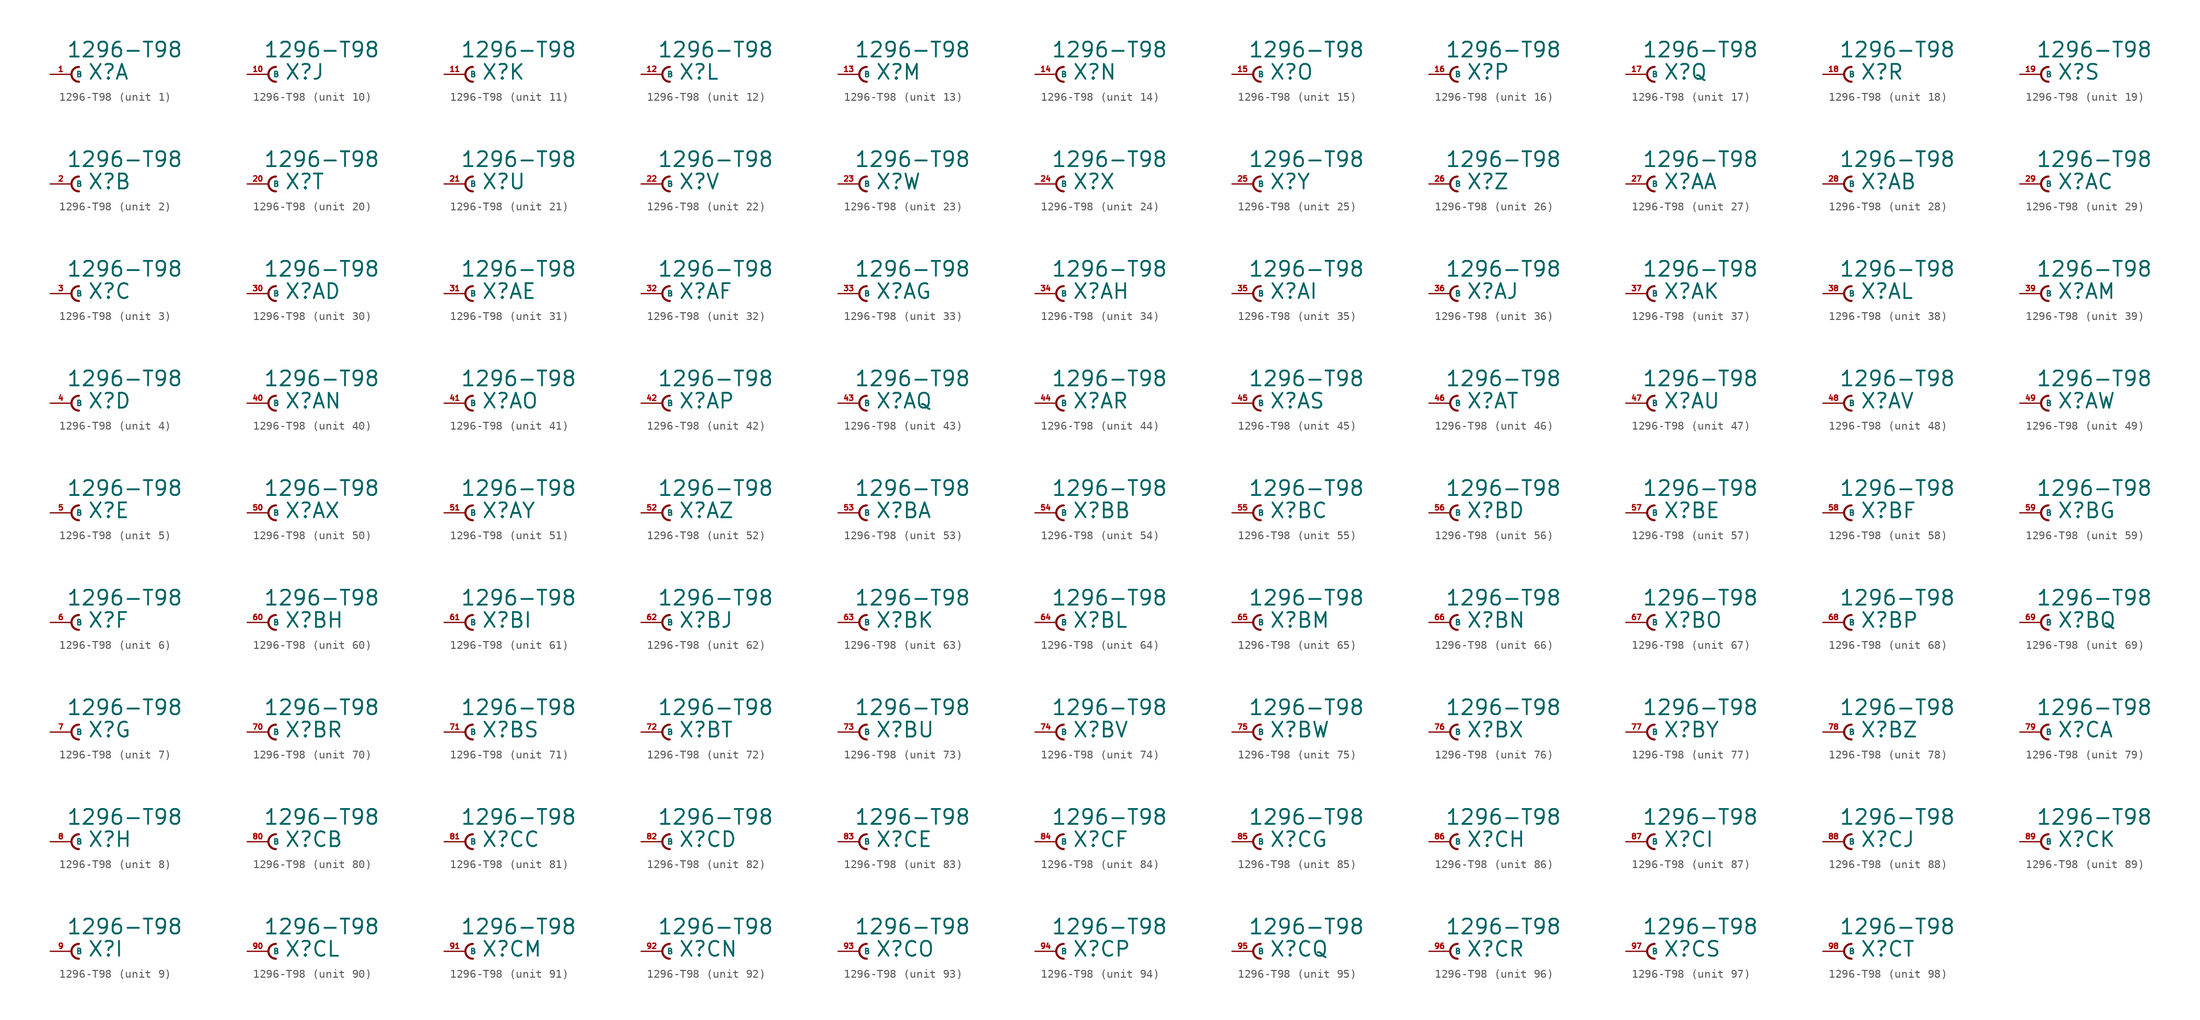
<source format=kicad_sym>
(kicad_symbol_lib
  (version 20220914)
  (generator Eagle2Kicad)
  (symbol "1296-T98"
    (property "Reference" "X"
      (at 1.905 -0.762 0)
      (effects (font (size 1.778 1.778) (thickness 0.22)) (justify left bottom)))
    (property "Value" "1296-T98"
      (at -0.635 1.905 0)
      (effects (font (size 1.778 1.778) (thickness 0.22)) (justify left bottom)))
    (symbol "1296-T98_1_0"
      (arc (start 0.889 0.889) (mid 0.000 0.000) (end 0.889 -0.889) (stroke (width 0.254) (type default)) (fill (type none)))
      (pin passive line (at -2.54 0 0) (length 2.54) (name "B" (effects (font (size 0.635 0.635) (thickness 0.08)) (justify left bottom))) (number "1" (effects (font (size 0.635 0.635) (thickness 0.08)) (justify left bottom)))))
    (symbol "1296-T98_2_0"
      (arc (start 0.889 0.889) (mid 0.000 0.000) (end 0.889 -0.889) (stroke (width 0.254) (type default)) (fill (type none)))
      (pin passive line (at -2.54 0 0) (length 2.54) (name "B" (effects (font (size 0.635 0.635) (thickness 0.08)) (justify left bottom))) (number "2" (effects (font (size 0.635 0.635) (thickness 0.08)) (justify left bottom)))))
    (symbol "1296-T98_3_0"
      (arc (start 0.889 0.889) (mid 0.000 0.000) (end 0.889 -0.889) (stroke (width 0.254) (type default)) (fill (type none)))
      (pin passive line (at -2.54 0 0) (length 2.54) (name "B" (effects (font (size 0.635 0.635) (thickness 0.08)) (justify left bottom))) (number "3" (effects (font (size 0.635 0.635) (thickness 0.08)) (justify left bottom)))))
    (symbol "1296-T98_4_0"
      (arc (start 0.889 0.889) (mid 0.000 0.000) (end 0.889 -0.889) (stroke (width 0.254) (type default)) (fill (type none)))
      (pin passive line (at -2.54 0 0) (length 2.54) (name "B" (effects (font (size 0.635 0.635) (thickness 0.08)) (justify left bottom))) (number "4" (effects (font (size 0.635 0.635) (thickness 0.08)) (justify left bottom)))))
    (symbol "1296-T98_5_0"
      (arc (start 0.889 0.889) (mid 0.000 0.000) (end 0.889 -0.889) (stroke (width 0.254) (type default)) (fill (type none)))
      (pin passive line (at -2.54 0 0) (length 2.54) (name "B" (effects (font (size 0.635 0.635) (thickness 0.08)) (justify left bottom))) (number "5" (effects (font (size 0.635 0.635) (thickness 0.08)) (justify left bottom)))))
    (symbol "1296-T98_6_0"
      (arc (start 0.889 0.889) (mid 0.000 0.000) (end 0.889 -0.889) (stroke (width 0.254) (type default)) (fill (type none)))
      (pin passive line (at -2.54 0 0) (length 2.54) (name "B" (effects (font (size 0.635 0.635) (thickness 0.08)) (justify left bottom))) (number "6" (effects (font (size 0.635 0.635) (thickness 0.08)) (justify left bottom)))))
    (symbol "1296-T98_7_0"
      (arc (start 0.889 0.889) (mid 0.000 0.000) (end 0.889 -0.889) (stroke (width 0.254) (type default)) (fill (type none)))
      (pin passive line (at -2.54 0 0) (length 2.54) (name "B" (effects (font (size 0.635 0.635) (thickness 0.08)) (justify left bottom))) (number "7" (effects (font (size 0.635 0.635) (thickness 0.08)) (justify left bottom)))))
    (symbol "1296-T98_8_0"
      (arc (start 0.889 0.889) (mid 0.000 0.000) (end 0.889 -0.889) (stroke (width 0.254) (type default)) (fill (type none)))
      (pin passive line (at -2.54 0 0) (length 2.54) (name "B" (effects (font (size 0.635 0.635) (thickness 0.08)) (justify left bottom))) (number "8" (effects (font (size 0.635 0.635) (thickness 0.08)) (justify left bottom)))))
    (symbol "1296-T98_9_0"
      (arc (start 0.889 0.889) (mid 0.000 0.000) (end 0.889 -0.889) (stroke (width 0.254) (type default)) (fill (type none)))
      (pin passive line (at -2.54 0 0) (length 2.54) (name "B" (effects (font (size 0.635 0.635) (thickness 0.08)) (justify left bottom))) (number "9" (effects (font (size 0.635 0.635) (thickness 0.08)) (justify left bottom)))))
    (symbol "1296-T98_10_0"
      (arc (start 0.889 0.889) (mid 0.000 0.000) (end 0.889 -0.889) (stroke (width 0.254) (type default)) (fill (type none)))
      (pin passive line (at -2.54 0 0) (length 2.54) (name "B" (effects (font (size 0.635 0.635) (thickness 0.08)) (justify left bottom))) (number "10" (effects (font (size 0.635 0.635) (thickness 0.08)) (justify left bottom)))))
    (symbol "1296-T98_11_0"
      (arc (start 0.889 0.889) (mid 0.000 0.000) (end 0.889 -0.889) (stroke (width 0.254) (type default)) (fill (type none)))
      (pin passive line (at -2.54 0 0) (length 2.54) (name "B" (effects (font (size 0.635 0.635) (thickness 0.08)) (justify left bottom))) (number "11" (effects (font (size 0.635 0.635) (thickness 0.08)) (justify left bottom)))))
    (symbol "1296-T98_12_0"
      (arc (start 0.889 0.889) (mid 0.000 0.000) (end 0.889 -0.889) (stroke (width 0.254) (type default)) (fill (type none)))
      (pin passive line (at -2.54 0 0) (length 2.54) (name "B" (effects (font (size 0.635 0.635) (thickness 0.08)) (justify left bottom))) (number "12" (effects (font (size 0.635 0.635) (thickness 0.08)) (justify left bottom)))))
    (symbol "1296-T98_13_0"
      (arc (start 0.889 0.889) (mid 0.000 0.000) (end 0.889 -0.889) (stroke (width 0.254) (type default)) (fill (type none)))
      (pin passive line (at -2.54 0 0) (length 2.54) (name "B" (effects (font (size 0.635 0.635) (thickness 0.08)) (justify left bottom))) (number "13" (effects (font (size 0.635 0.635) (thickness 0.08)) (justify left bottom)))))
    (symbol "1296-T98_14_0"
      (arc (start 0.889 0.889) (mid 0.000 0.000) (end 0.889 -0.889) (stroke (width 0.254) (type default)) (fill (type none)))
      (pin passive line (at -2.54 0 0) (length 2.54) (name "B" (effects (font (size 0.635 0.635) (thickness 0.08)) (justify left bottom))) (number "14" (effects (font (size 0.635 0.635) (thickness 0.08)) (justify left bottom)))))
    (symbol "1296-T98_15_0"
      (arc (start 0.889 0.889) (mid 0.000 0.000) (end 0.889 -0.889) (stroke (width 0.254) (type default)) (fill (type none)))
      (pin passive line (at -2.54 0 0) (length 2.54) (name "B" (effects (font (size 0.635 0.635) (thickness 0.08)) (justify left bottom))) (number "15" (effects (font (size 0.635 0.635) (thickness 0.08)) (justify left bottom)))))
    (symbol "1296-T98_16_0"
      (arc (start 0.889 0.889) (mid 0.000 0.000) (end 0.889 -0.889) (stroke (width 0.254) (type default)) (fill (type none)))
      (pin passive line (at -2.54 0 0) (length 2.54) (name "B" (effects (font (size 0.635 0.635) (thickness 0.08)) (justify left bottom))) (number "16" (effects (font (size 0.635 0.635) (thickness 0.08)) (justify left bottom)))))
    (symbol "1296-T98_17_0"
      (arc (start 0.889 0.889) (mid 0.000 0.000) (end 0.889 -0.889) (stroke (width 0.254) (type default)) (fill (type none)))
      (pin passive line (at -2.54 0 0) (length 2.54) (name "B" (effects (font (size 0.635 0.635) (thickness 0.08)) (justify left bottom))) (number "17" (effects (font (size 0.635 0.635) (thickness 0.08)) (justify left bottom)))))
    (symbol "1296-T98_18_0"
      (arc (start 0.889 0.889) (mid 0.000 0.000) (end 0.889 -0.889) (stroke (width 0.254) (type default)) (fill (type none)))
      (pin passive line (at -2.54 0 0) (length 2.54) (name "B" (effects (font (size 0.635 0.635) (thickness 0.08)) (justify left bottom))) (number "18" (effects (font (size 0.635 0.635) (thickness 0.08)) (justify left bottom)))))
    (symbol "1296-T98_19_0"
      (arc (start 0.889 0.889) (mid 0.000 0.000) (end 0.889 -0.889) (stroke (width 0.254) (type default)) (fill (type none)))
      (pin passive line (at -2.54 0 0) (length 2.54) (name "B" (effects (font (size 0.635 0.635) (thickness 0.08)) (justify left bottom))) (number "19" (effects (font (size 0.635 0.635) (thickness 0.08)) (justify left bottom)))))
    (symbol "1296-T98_20_0"
      (arc (start 0.889 0.889) (mid 0.000 0.000) (end 0.889 -0.889) (stroke (width 0.254) (type default)) (fill (type none)))
      (pin passive line (at -2.54 0 0) (length 2.54) (name "B" (effects (font (size 0.635 0.635) (thickness 0.08)) (justify left bottom))) (number "20" (effects (font (size 0.635 0.635) (thickness 0.08)) (justify left bottom)))))
    (symbol "1296-T98_21_0"
      (arc (start 0.889 0.889) (mid 0.000 0.000) (end 0.889 -0.889) (stroke (width 0.254) (type default)) (fill (type none)))
      (pin passive line (at -2.54 0 0) (length 2.54) (name "B" (effects (font (size 0.635 0.635) (thickness 0.08)) (justify left bottom))) (number "21" (effects (font (size 0.635 0.635) (thickness 0.08)) (justify left bottom)))))
    (symbol "1296-T98_22_0"
      (arc (start 0.889 0.889) (mid 0.000 0.000) (end 0.889 -0.889) (stroke (width 0.254) (type default)) (fill (type none)))
      (pin passive line (at -2.54 0 0) (length 2.54) (name "B" (effects (font (size 0.635 0.635) (thickness 0.08)) (justify left bottom))) (number "22" (effects (font (size 0.635 0.635) (thickness 0.08)) (justify left bottom)))))
    (symbol "1296-T98_23_0"
      (arc (start 0.889 0.889) (mid 0.000 0.000) (end 0.889 -0.889) (stroke (width 0.254) (type default)) (fill (type none)))
      (pin passive line (at -2.54 0 0) (length 2.54) (name "B" (effects (font (size 0.635 0.635) (thickness 0.08)) (justify left bottom))) (number "23" (effects (font (size 0.635 0.635) (thickness 0.08)) (justify left bottom)))))
    (symbol "1296-T98_24_0"
      (arc (start 0.889 0.889) (mid 0.000 0.000) (end 0.889 -0.889) (stroke (width 0.254) (type default)) (fill (type none)))
      (pin passive line (at -2.54 0 0) (length 2.54) (name "B" (effects (font (size 0.635 0.635) (thickness 0.08)) (justify left bottom))) (number "24" (effects (font (size 0.635 0.635) (thickness 0.08)) (justify left bottom)))))
    (symbol "1296-T98_25_0"
      (arc (start 0.889 0.889) (mid 0.000 0.000) (end 0.889 -0.889) (stroke (width 0.254) (type default)) (fill (type none)))
      (pin passive line (at -2.54 0 0) (length 2.54) (name "B" (effects (font (size 0.635 0.635) (thickness 0.08)) (justify left bottom))) (number "25" (effects (font (size 0.635 0.635) (thickness 0.08)) (justify left bottom)))))
    (symbol "1296-T98_26_0"
      (arc (start 0.889 0.889) (mid 0.000 0.000) (end 0.889 -0.889) (stroke (width 0.254) (type default)) (fill (type none)))
      (pin passive line (at -2.54 0 0) (length 2.54) (name "B" (effects (font (size 0.635 0.635) (thickness 0.08)) (justify left bottom))) (number "26" (effects (font (size 0.635 0.635) (thickness 0.08)) (justify left bottom)))))
    (symbol "1296-T98_27_0"
      (arc (start 0.889 0.889) (mid 0.000 0.000) (end 0.889 -0.889) (stroke (width 0.254) (type default)) (fill (type none)))
      (pin passive line (at -2.54 0 0) (length 2.54) (name "B" (effects (font (size 0.635 0.635) (thickness 0.08)) (justify left bottom))) (number "27" (effects (font (size 0.635 0.635) (thickness 0.08)) (justify left bottom)))))
    (symbol "1296-T98_28_0"
      (arc (start 0.889 0.889) (mid 0.000 0.000) (end 0.889 -0.889) (stroke (width 0.254) (type default)) (fill (type none)))
      (pin passive line (at -2.54 0 0) (length 2.54) (name "B" (effects (font (size 0.635 0.635) (thickness 0.08)) (justify left bottom))) (number "28" (effects (font (size 0.635 0.635) (thickness 0.08)) (justify left bottom)))))
    (symbol "1296-T98_29_0"
      (arc (start 0.889 0.889) (mid 0.000 0.000) (end 0.889 -0.889) (stroke (width 0.254) (type default)) (fill (type none)))
      (pin passive line (at -2.54 0 0) (length 2.54) (name "B" (effects (font (size 0.635 0.635) (thickness 0.08)) (justify left bottom))) (number "29" (effects (font (size 0.635 0.635) (thickness 0.08)) (justify left bottom)))))
    (symbol "1296-T98_30_0"
      (arc (start 0.889 0.889) (mid 0.000 0.000) (end 0.889 -0.889) (stroke (width 0.254) (type default)) (fill (type none)))
      (pin passive line (at -2.54 0 0) (length 2.54) (name "B" (effects (font (size 0.635 0.635) (thickness 0.08)) (justify left bottom))) (number "30" (effects (font (size 0.635 0.635) (thickness 0.08)) (justify left bottom)))))
    (symbol "1296-T98_31_0"
      (arc (start 0.889 0.889) (mid 0.000 0.000) (end 0.889 -0.889) (stroke (width 0.254) (type default)) (fill (type none)))
      (pin passive line (at -2.54 0 0) (length 2.54) (name "B" (effects (font (size 0.635 0.635) (thickness 0.08)) (justify left bottom))) (number "31" (effects (font (size 0.635 0.635) (thickness 0.08)) (justify left bottom)))))
    (symbol "1296-T98_32_0"
      (arc (start 0.889 0.889) (mid 0.000 0.000) (end 0.889 -0.889) (stroke (width 0.254) (type default)) (fill (type none)))
      (pin passive line (at -2.54 0 0) (length 2.54) (name "B" (effects (font (size 0.635 0.635) (thickness 0.08)) (justify left bottom))) (number "32" (effects (font (size 0.635 0.635) (thickness 0.08)) (justify left bottom)))))
    (symbol "1296-T98_33_0"
      (arc (start 0.889 0.889) (mid 0.000 0.000) (end 0.889 -0.889) (stroke (width 0.254) (type default)) (fill (type none)))
      (pin passive line (at -2.54 0 0) (length 2.54) (name "B" (effects (font (size 0.635 0.635) (thickness 0.08)) (justify left bottom))) (number "33" (effects (font (size 0.635 0.635) (thickness 0.08)) (justify left bottom)))))
    (symbol "1296-T98_34_0"
      (arc (start 0.889 0.889) (mid 0.000 0.000) (end 0.889 -0.889) (stroke (width 0.254) (type default)) (fill (type none)))
      (pin passive line (at -2.54 0 0) (length 2.54) (name "B" (effects (font (size 0.635 0.635) (thickness 0.08)) (justify left bottom))) (number "34" (effects (font (size 0.635 0.635) (thickness 0.08)) (justify left bottom)))))
    (symbol "1296-T98_35_0"
      (arc (start 0.889 0.889) (mid 0.000 0.000) (end 0.889 -0.889) (stroke (width 0.254) (type default)) (fill (type none)))
      (pin passive line (at -2.54 0 0) (length 2.54) (name "B" (effects (font (size 0.635 0.635) (thickness 0.08)) (justify left bottom))) (number "35" (effects (font (size 0.635 0.635) (thickness 0.08)) (justify left bottom)))))
    (symbol "1296-T98_36_0"
      (arc (start 0.889 0.889) (mid 0.000 0.000) (end 0.889 -0.889) (stroke (width 0.254) (type default)) (fill (type none)))
      (pin passive line (at -2.54 0 0) (length 2.54) (name "B" (effects (font (size 0.635 0.635) (thickness 0.08)) (justify left bottom))) (number "36" (effects (font (size 0.635 0.635) (thickness 0.08)) (justify left bottom)))))
    (symbol "1296-T98_37_0"
      (arc (start 0.889 0.889) (mid 0.000 0.000) (end 0.889 -0.889) (stroke (width 0.254) (type default)) (fill (type none)))
      (pin passive line (at -2.54 0 0) (length 2.54) (name "B" (effects (font (size 0.635 0.635) (thickness 0.08)) (justify left bottom))) (number "37" (effects (font (size 0.635 0.635) (thickness 0.08)) (justify left bottom)))))
    (symbol "1296-T98_38_0"
      (arc (start 0.889 0.889) (mid 0.000 0.000) (end 0.889 -0.889) (stroke (width 0.254) (type default)) (fill (type none)))
      (pin passive line (at -2.54 0 0) (length 2.54) (name "B" (effects (font (size 0.635 0.635) (thickness 0.08)) (justify left bottom))) (number "38" (effects (font (size 0.635 0.635) (thickness 0.08)) (justify left bottom)))))
    (symbol "1296-T98_39_0"
      (arc (start 0.889 0.889) (mid 0.000 0.000) (end 0.889 -0.889) (stroke (width 0.254) (type default)) (fill (type none)))
      (pin passive line (at -2.54 0 0) (length 2.54) (name "B" (effects (font (size 0.635 0.635) (thickness 0.08)) (justify left bottom))) (number "39" (effects (font (size 0.635 0.635) (thickness 0.08)) (justify left bottom)))))
    (symbol "1296-T98_40_0"
      (arc (start 0.889 0.889) (mid 0.000 0.000) (end 0.889 -0.889) (stroke (width 0.254) (type default)) (fill (type none)))
      (pin passive line (at -2.54 0 0) (length 2.54) (name "B" (effects (font (size 0.635 0.635) (thickness 0.08)) (justify left bottom))) (number "40" (effects (font (size 0.635 0.635) (thickness 0.08)) (justify left bottom)))))
    (symbol "1296-T98_41_0"
      (arc (start 0.889 0.889) (mid 0.000 0.000) (end 0.889 -0.889) (stroke (width 0.254) (type default)) (fill (type none)))
      (pin passive line (at -2.54 0 0) (length 2.54) (name "B" (effects (font (size 0.635 0.635) (thickness 0.08)) (justify left bottom))) (number "41" (effects (font (size 0.635 0.635) (thickness 0.08)) (justify left bottom)))))
    (symbol "1296-T98_42_0"
      (arc (start 0.889 0.889) (mid 0.000 0.000) (end 0.889 -0.889) (stroke (width 0.254) (type default)) (fill (type none)))
      (pin passive line (at -2.54 0 0) (length 2.54) (name "B" (effects (font (size 0.635 0.635) (thickness 0.08)) (justify left bottom))) (number "42" (effects (font (size 0.635 0.635) (thickness 0.08)) (justify left bottom)))))
    (symbol "1296-T98_43_0"
      (arc (start 0.889 0.889) (mid 0.000 0.000) (end 0.889 -0.889) (stroke (width 0.254) (type default)) (fill (type none)))
      (pin passive line (at -2.54 0 0) (length 2.54) (name "B" (effects (font (size 0.635 0.635) (thickness 0.08)) (justify left bottom))) (number "43" (effects (font (size 0.635 0.635) (thickness 0.08)) (justify left bottom)))))
    (symbol "1296-T98_44_0"
      (arc (start 0.889 0.889) (mid 0.000 0.000) (end 0.889 -0.889) (stroke (width 0.254) (type default)) (fill (type none)))
      (pin passive line (at -2.54 0 0) (length 2.54) (name "B" (effects (font (size 0.635 0.635) (thickness 0.08)) (justify left bottom))) (number "44" (effects (font (size 0.635 0.635) (thickness 0.08)) (justify left bottom)))))
    (symbol "1296-T98_45_0"
      (arc (start 0.889 0.889) (mid 0.000 0.000) (end 0.889 -0.889) (stroke (width 0.254) (type default)) (fill (type none)))
      (pin passive line (at -2.54 0 0) (length 2.54) (name "B" (effects (font (size 0.635 0.635) (thickness 0.08)) (justify left bottom))) (number "45" (effects (font (size 0.635 0.635) (thickness 0.08)) (justify left bottom)))))
    (symbol "1296-T98_46_0"
      (arc (start 0.889 0.889) (mid 0.000 0.000) (end 0.889 -0.889) (stroke (width 0.254) (type default)) (fill (type none)))
      (pin passive line (at -2.54 0 0) (length 2.54) (name "B" (effects (font (size 0.635 0.635) (thickness 0.08)) (justify left bottom))) (number "46" (effects (font (size 0.635 0.635) (thickness 0.08)) (justify left bottom)))))
    (symbol "1296-T98_47_0"
      (arc (start 0.889 0.889) (mid 0.000 0.000) (end 0.889 -0.889) (stroke (width 0.254) (type default)) (fill (type none)))
      (pin passive line (at -2.54 0 0) (length 2.54) (name "B" (effects (font (size 0.635 0.635) (thickness 0.08)) (justify left bottom))) (number "47" (effects (font (size 0.635 0.635) (thickness 0.08)) (justify left bottom)))))
    (symbol "1296-T98_48_0"
      (arc (start 0.889 0.889) (mid 0.000 0.000) (end 0.889 -0.889) (stroke (width 0.254) (type default)) (fill (type none)))
      (pin passive line (at -2.54 0 0) (length 2.54) (name "B" (effects (font (size 0.635 0.635) (thickness 0.08)) (justify left bottom))) (number "48" (effects (font (size 0.635 0.635) (thickness 0.08)) (justify left bottom)))))
    (symbol "1296-T98_49_0"
      (arc (start 0.889 0.889) (mid 0.000 0.000) (end 0.889 -0.889) (stroke (width 0.254) (type default)) (fill (type none)))
      (pin passive line (at -2.54 0 0) (length 2.54) (name "B" (effects (font (size 0.635 0.635) (thickness 0.08)) (justify left bottom))) (number "49" (effects (font (size 0.635 0.635) (thickness 0.08)) (justify left bottom)))))
    (symbol "1296-T98_50_0"
      (arc (start 0.889 0.889) (mid 0.000 0.000) (end 0.889 -0.889) (stroke (width 0.254) (type default)) (fill (type none)))
      (pin passive line (at -2.54 0 0) (length 2.54) (name "B" (effects (font (size 0.635 0.635) (thickness 0.08)) (justify left bottom))) (number "50" (effects (font (size 0.635 0.635) (thickness 0.08)) (justify left bottom)))))
    (symbol "1296-T98_51_0"
      (arc (start 0.889 0.889) (mid 0.000 0.000) (end 0.889 -0.889) (stroke (width 0.254) (type default)) (fill (type none)))
      (pin passive line (at -2.54 0 0) (length 2.54) (name "B" (effects (font (size 0.635 0.635) (thickness 0.08)) (justify left bottom))) (number "51" (effects (font (size 0.635 0.635) (thickness 0.08)) (justify left bottom)))))
    (symbol "1296-T98_52_0"
      (arc (start 0.889 0.889) (mid 0.000 0.000) (end 0.889 -0.889) (stroke (width 0.254) (type default)) (fill (type none)))
      (pin passive line (at -2.54 0 0) (length 2.54) (name "B" (effects (font (size 0.635 0.635) (thickness 0.08)) (justify left bottom))) (number "52" (effects (font (size 0.635 0.635) (thickness 0.08)) (justify left bottom)))))
    (symbol "1296-T98_53_0"
      (arc (start 0.889 0.889) (mid 0.000 0.000) (end 0.889 -0.889) (stroke (width 0.254) (type default)) (fill (type none)))
      (pin passive line (at -2.54 0 0) (length 2.54) (name "B" (effects (font (size 0.635 0.635) (thickness 0.08)) (justify left bottom))) (number "53" (effects (font (size 0.635 0.635) (thickness 0.08)) (justify left bottom)))))
    (symbol "1296-T98_54_0"
      (arc (start 0.889 0.889) (mid 0.000 0.000) (end 0.889 -0.889) (stroke (width 0.254) (type default)) (fill (type none)))
      (pin passive line (at -2.54 0 0) (length 2.54) (name "B" (effects (font (size 0.635 0.635) (thickness 0.08)) (justify left bottom))) (number "54" (effects (font (size 0.635 0.635) (thickness 0.08)) (justify left bottom)))))
    (symbol "1296-T98_55_0"
      (arc (start 0.889 0.889) (mid 0.000 0.000) (end 0.889 -0.889) (stroke (width 0.254) (type default)) (fill (type none)))
      (pin passive line (at -2.54 0 0) (length 2.54) (name "B" (effects (font (size 0.635 0.635) (thickness 0.08)) (justify left bottom))) (number "55" (effects (font (size 0.635 0.635) (thickness 0.08)) (justify left bottom)))))
    (symbol "1296-T98_56_0"
      (arc (start 0.889 0.889) (mid 0.000 0.000) (end 0.889 -0.889) (stroke (width 0.254) (type default)) (fill (type none)))
      (pin passive line (at -2.54 0 0) (length 2.54) (name "B" (effects (font (size 0.635 0.635) (thickness 0.08)) (justify left bottom))) (number "56" (effects (font (size 0.635 0.635) (thickness 0.08)) (justify left bottom)))))
    (symbol "1296-T98_57_0"
      (arc (start 0.889 0.889) (mid 0.000 0.000) (end 0.889 -0.889) (stroke (width 0.254) (type default)) (fill (type none)))
      (pin passive line (at -2.54 0 0) (length 2.54) (name "B" (effects (font (size 0.635 0.635) (thickness 0.08)) (justify left bottom))) (number "57" (effects (font (size 0.635 0.635) (thickness 0.08)) (justify left bottom)))))
    (symbol "1296-T98_58_0"
      (arc (start 0.889 0.889) (mid 0.000 0.000) (end 0.889 -0.889) (stroke (width 0.254) (type default)) (fill (type none)))
      (pin passive line (at -2.54 0 0) (length 2.54) (name "B" (effects (font (size 0.635 0.635) (thickness 0.08)) (justify left bottom))) (number "58" (effects (font (size 0.635 0.635) (thickness 0.08)) (justify left bottom)))))
    (symbol "1296-T98_59_0"
      (arc (start 0.889 0.889) (mid 0.000 0.000) (end 0.889 -0.889) (stroke (width 0.254) (type default)) (fill (type none)))
      (pin passive line (at -2.54 0 0) (length 2.54) (name "B" (effects (font (size 0.635 0.635) (thickness 0.08)) (justify left bottom))) (number "59" (effects (font (size 0.635 0.635) (thickness 0.08)) (justify left bottom)))))
    (symbol "1296-T98_60_0"
      (arc (start 0.889 0.889) (mid 0.000 0.000) (end 0.889 -0.889) (stroke (width 0.254) (type default)) (fill (type none)))
      (pin passive line (at -2.54 0 0) (length 2.54) (name "B" (effects (font (size 0.635 0.635) (thickness 0.08)) (justify left bottom))) (number "60" (effects (font (size 0.635 0.635) (thickness 0.08)) (justify left bottom)))))
    (symbol "1296-T98_61_0"
      (arc (start 0.889 0.889) (mid 0.000 0.000) (end 0.889 -0.889) (stroke (width 0.254) (type default)) (fill (type none)))
      (pin passive line (at -2.54 0 0) (length 2.54) (name "B" (effects (font (size 0.635 0.635) (thickness 0.08)) (justify left bottom))) (number "61" (effects (font (size 0.635 0.635) (thickness 0.08)) (justify left bottom)))))
    (symbol "1296-T98_62_0"
      (arc (start 0.889 0.889) (mid 0.000 0.000) (end 0.889 -0.889) (stroke (width 0.254) (type default)) (fill (type none)))
      (pin passive line (at -2.54 0 0) (length 2.54) (name "B" (effects (font (size 0.635 0.635) (thickness 0.08)) (justify left bottom))) (number "62" (effects (font (size 0.635 0.635) (thickness 0.08)) (justify left bottom)))))
    (symbol "1296-T98_63_0"
      (arc (start 0.889 0.889) (mid 0.000 0.000) (end 0.889 -0.889) (stroke (width 0.254) (type default)) (fill (type none)))
      (pin passive line (at -2.54 0 0) (length 2.54) (name "B" (effects (font (size 0.635 0.635) (thickness 0.08)) (justify left bottom))) (number "63" (effects (font (size 0.635 0.635) (thickness 0.08)) (justify left bottom)))))
    (symbol "1296-T98_64_0"
      (arc (start 0.889 0.889) (mid 0.000 0.000) (end 0.889 -0.889) (stroke (width 0.254) (type default)) (fill (type none)))
      (pin passive line (at -2.54 0 0) (length 2.54) (name "B" (effects (font (size 0.635 0.635) (thickness 0.08)) (justify left bottom))) (number "64" (effects (font (size 0.635 0.635) (thickness 0.08)) (justify left bottom)))))
    (symbol "1296-T98_65_0"
      (arc (start 0.889 0.889) (mid 0.000 0.000) (end 0.889 -0.889) (stroke (width 0.254) (type default)) (fill (type none)))
      (pin passive line (at -2.54 0 0) (length 2.54) (name "B" (effects (font (size 0.635 0.635) (thickness 0.08)) (justify left bottom))) (number "65" (effects (font (size 0.635 0.635) (thickness 0.08)) (justify left bottom)))))
    (symbol "1296-T98_66_0"
      (arc (start 0.889 0.889) (mid 0.000 0.000) (end 0.889 -0.889) (stroke (width 0.254) (type default)) (fill (type none)))
      (pin passive line (at -2.54 0 0) (length 2.54) (name "B" (effects (font (size 0.635 0.635) (thickness 0.08)) (justify left bottom))) (number "66" (effects (font (size 0.635 0.635) (thickness 0.08)) (justify left bottom)))))
    (symbol "1296-T98_67_0"
      (arc (start 0.889 0.889) (mid 0.000 0.000) (end 0.889 -0.889) (stroke (width 0.254) (type default)) (fill (type none)))
      (pin passive line (at -2.54 0 0) (length 2.54) (name "B" (effects (font (size 0.635 0.635) (thickness 0.08)) (justify left bottom))) (number "67" (effects (font (size 0.635 0.635) (thickness 0.08)) (justify left bottom)))))
    (symbol "1296-T98_68_0"
      (arc (start 0.889 0.889) (mid 0.000 0.000) (end 0.889 -0.889) (stroke (width 0.254) (type default)) (fill (type none)))
      (pin passive line (at -2.54 0 0) (length 2.54) (name "B" (effects (font (size 0.635 0.635) (thickness 0.08)) (justify left bottom))) (number "68" (effects (font (size 0.635 0.635) (thickness 0.08)) (justify left bottom)))))
    (symbol "1296-T98_69_0"
      (arc (start 0.889 0.889) (mid 0.000 0.000) (end 0.889 -0.889) (stroke (width 0.254) (type default)) (fill (type none)))
      (pin passive line (at -2.54 0 0) (length 2.54) (name "B" (effects (font (size 0.635 0.635) (thickness 0.08)) (justify left bottom))) (number "69" (effects (font (size 0.635 0.635) (thickness 0.08)) (justify left bottom)))))
    (symbol "1296-T98_70_0"
      (arc (start 0.889 0.889) (mid 0.000 0.000) (end 0.889 -0.889) (stroke (width 0.254) (type default)) (fill (type none)))
      (pin passive line (at -2.54 0 0) (length 2.54) (name "B" (effects (font (size 0.635 0.635) (thickness 0.08)) (justify left bottom))) (number "70" (effects (font (size 0.635 0.635) (thickness 0.08)) (justify left bottom)))))
    (symbol "1296-T98_71_0"
      (arc (start 0.889 0.889) (mid 0.000 0.000) (end 0.889 -0.889) (stroke (width 0.254) (type default)) (fill (type none)))
      (pin passive line (at -2.54 0 0) (length 2.54) (name "B" (effects (font (size 0.635 0.635) (thickness 0.08)) (justify left bottom))) (number "71" (effects (font (size 0.635 0.635) (thickness 0.08)) (justify left bottom)))))
    (symbol "1296-T98_72_0"
      (arc (start 0.889 0.889) (mid 0.000 0.000) (end 0.889 -0.889) (stroke (width 0.254) (type default)) (fill (type none)))
      (pin passive line (at -2.54 0 0) (length 2.54) (name "B" (effects (font (size 0.635 0.635) (thickness 0.08)) (justify left bottom))) (number "72" (effects (font (size 0.635 0.635) (thickness 0.08)) (justify left bottom)))))
    (symbol "1296-T98_73_0"
      (arc (start 0.889 0.889) (mid 0.000 0.000) (end 0.889 -0.889) (stroke (width 0.254) (type default)) (fill (type none)))
      (pin passive line (at -2.54 0 0) (length 2.54) (name "B" (effects (font (size 0.635 0.635) (thickness 0.08)) (justify left bottom))) (number "73" (effects (font (size 0.635 0.635) (thickness 0.08)) (justify left bottom)))))
    (symbol "1296-T98_74_0"
      (arc (start 0.889 0.889) (mid 0.000 0.000) (end 0.889 -0.889) (stroke (width 0.254) (type default)) (fill (type none)))
      (pin passive line (at -2.54 0 0) (length 2.54) (name "B" (effects (font (size 0.635 0.635) (thickness 0.08)) (justify left bottom))) (number "74" (effects (font (size 0.635 0.635) (thickness 0.08)) (justify left bottom)))))
    (symbol "1296-T98_75_0"
      (arc (start 0.889 0.889) (mid 0.000 0.000) (end 0.889 -0.889) (stroke (width 0.254) (type default)) (fill (type none)))
      (pin passive line (at -2.54 0 0) (length 2.54) (name "B" (effects (font (size 0.635 0.635) (thickness 0.08)) (justify left bottom))) (number "75" (effects (font (size 0.635 0.635) (thickness 0.08)) (justify left bottom)))))
    (symbol "1296-T98_76_0"
      (arc (start 0.889 0.889) (mid 0.000 0.000) (end 0.889 -0.889) (stroke (width 0.254) (type default)) (fill (type none)))
      (pin passive line (at -2.54 0 0) (length 2.54) (name "B" (effects (font (size 0.635 0.635) (thickness 0.08)) (justify left bottom))) (number "76" (effects (font (size 0.635 0.635) (thickness 0.08)) (justify left bottom)))))
    (symbol "1296-T98_77_0"
      (arc (start 0.889 0.889) (mid 0.000 0.000) (end 0.889 -0.889) (stroke (width 0.254) (type default)) (fill (type none)))
      (pin passive line (at -2.54 0 0) (length 2.54) (name "B" (effects (font (size 0.635 0.635) (thickness 0.08)) (justify left bottom))) (number "77" (effects (font (size 0.635 0.635) (thickness 0.08)) (justify left bottom)))))
    (symbol "1296-T98_78_0"
      (arc (start 0.889 0.889) (mid 0.000 0.000) (end 0.889 -0.889) (stroke (width 0.254) (type default)) (fill (type none)))
      (pin passive line (at -2.54 0 0) (length 2.54) (name "B" (effects (font (size 0.635 0.635) (thickness 0.08)) (justify left bottom))) (number "78" (effects (font (size 0.635 0.635) (thickness 0.08)) (justify left bottom)))))
    (symbol "1296-T98_79_0"
      (arc (start 0.889 0.889) (mid 0.000 0.000) (end 0.889 -0.889) (stroke (width 0.254) (type default)) (fill (type none)))
      (pin passive line (at -2.54 0 0) (length 2.54) (name "B" (effects (font (size 0.635 0.635) (thickness 0.08)) (justify left bottom))) (number "79" (effects (font (size 0.635 0.635) (thickness 0.08)) (justify left bottom)))))
    (symbol "1296-T98_80_0"
      (arc (start 0.889 0.889) (mid 0.000 0.000) (end 0.889 -0.889) (stroke (width 0.254) (type default)) (fill (type none)))
      (pin passive line (at -2.54 0 0) (length 2.54) (name "B" (effects (font (size 0.635 0.635) (thickness 0.08)) (justify left bottom))) (number "80" (effects (font (size 0.635 0.635) (thickness 0.08)) (justify left bottom)))))
    (symbol "1296-T98_81_0"
      (arc (start 0.889 0.889) (mid 0.000 0.000) (end 0.889 -0.889) (stroke (width 0.254) (type default)) (fill (type none)))
      (pin passive line (at -2.54 0 0) (length 2.54) (name "B" (effects (font (size 0.635 0.635) (thickness 0.08)) (justify left bottom))) (number "81" (effects (font (size 0.635 0.635) (thickness 0.08)) (justify left bottom)))))
    (symbol "1296-T98_82_0"
      (arc (start 0.889 0.889) (mid 0.000 0.000) (end 0.889 -0.889) (stroke (width 0.254) (type default)) (fill (type none)))
      (pin passive line (at -2.54 0 0) (length 2.54) (name "B" (effects (font (size 0.635 0.635) (thickness 0.08)) (justify left bottom))) (number "82" (effects (font (size 0.635 0.635) (thickness 0.08)) (justify left bottom)))))
    (symbol "1296-T98_83_0"
      (arc (start 0.889 0.889) (mid 0.000 0.000) (end 0.889 -0.889) (stroke (width 0.254) (type default)) (fill (type none)))
      (pin passive line (at -2.54 0 0) (length 2.54) (name "B" (effects (font (size 0.635 0.635) (thickness 0.08)) (justify left bottom))) (number "83" (effects (font (size 0.635 0.635) (thickness 0.08)) (justify left bottom)))))
    (symbol "1296-T98_84_0"
      (arc (start 0.889 0.889) (mid 0.000 0.000) (end 0.889 -0.889) (stroke (width 0.254) (type default)) (fill (type none)))
      (pin passive line (at -2.54 0 0) (length 2.54) (name "B" (effects (font (size 0.635 0.635) (thickness 0.08)) (justify left bottom))) (number "84" (effects (font (size 0.635 0.635) (thickness 0.08)) (justify left bottom)))))
    (symbol "1296-T98_85_0"
      (arc (start 0.889 0.889) (mid 0.000 0.000) (end 0.889 -0.889) (stroke (width 0.254) (type default)) (fill (type none)))
      (pin passive line (at -2.54 0 0) (length 2.54) (name "B" (effects (font (size 0.635 0.635) (thickness 0.08)) (justify left bottom))) (number "85" (effects (font (size 0.635 0.635) (thickness 0.08)) (justify left bottom)))))
    (symbol "1296-T98_86_0"
      (arc (start 0.889 0.889) (mid 0.000 0.000) (end 0.889 -0.889) (stroke (width 0.254) (type default)) (fill (type none)))
      (pin passive line (at -2.54 0 0) (length 2.54) (name "B" (effects (font (size 0.635 0.635) (thickness 0.08)) (justify left bottom))) (number "86" (effects (font (size 0.635 0.635) (thickness 0.08)) (justify left bottom)))))
    (symbol "1296-T98_87_0"
      (arc (start 0.889 0.889) (mid 0.000 0.000) (end 0.889 -0.889) (stroke (width 0.254) (type default)) (fill (type none)))
      (pin passive line (at -2.54 0 0) (length 2.54) (name "B" (effects (font (size 0.635 0.635) (thickness 0.08)) (justify left bottom))) (number "87" (effects (font (size 0.635 0.635) (thickness 0.08)) (justify left bottom)))))
    (symbol "1296-T98_88_0"
      (arc (start 0.889 0.889) (mid 0.000 0.000) (end 0.889 -0.889) (stroke (width 0.254) (type default)) (fill (type none)))
      (pin passive line (at -2.54 0 0) (length 2.54) (name "B" (effects (font (size 0.635 0.635) (thickness 0.08)) (justify left bottom))) (number "88" (effects (font (size 0.635 0.635) (thickness 0.08)) (justify left bottom)))))
    (symbol "1296-T98_89_0"
      (arc (start 0.889 0.889) (mid 0.000 0.000) (end 0.889 -0.889) (stroke (width 0.254) (type default)) (fill (type none)))
      (pin passive line (at -2.54 0 0) (length 2.54) (name "B" (effects (font (size 0.635 0.635) (thickness 0.08)) (justify left bottom))) (number "89" (effects (font (size 0.635 0.635) (thickness 0.08)) (justify left bottom)))))
    (symbol "1296-T98_90_0"
      (arc (start 0.889 0.889) (mid 0.000 0.000) (end 0.889 -0.889) (stroke (width 0.254) (type default)) (fill (type none)))
      (pin passive line (at -2.54 0 0) (length 2.54) (name "B" (effects (font (size 0.635 0.635) (thickness 0.08)) (justify left bottom))) (number "90" (effects (font (size 0.635 0.635) (thickness 0.08)) (justify left bottom)))))
    (symbol "1296-T98_91_0"
      (arc (start 0.889 0.889) (mid 0.000 0.000) (end 0.889 -0.889) (stroke (width 0.254) (type default)) (fill (type none)))
      (pin passive line (at -2.54 0 0) (length 2.54) (name "B" (effects (font (size 0.635 0.635) (thickness 0.08)) (justify left bottom))) (number "91" (effects (font (size 0.635 0.635) (thickness 0.08)) (justify left bottom)))))
    (symbol "1296-T98_92_0"
      (arc (start 0.889 0.889) (mid 0.000 0.000) (end 0.889 -0.889) (stroke (width 0.254) (type default)) (fill (type none)))
      (pin passive line (at -2.54 0 0) (length 2.54) (name "B" (effects (font (size 0.635 0.635) (thickness 0.08)) (justify left bottom))) (number "92" (effects (font (size 0.635 0.635) (thickness 0.08)) (justify left bottom)))))
    (symbol "1296-T98_93_0"
      (arc (start 0.889 0.889) (mid 0.000 0.000) (end 0.889 -0.889) (stroke (width 0.254) (type default)) (fill (type none)))
      (pin passive line (at -2.54 0 0) (length 2.54) (name "B" (effects (font (size 0.635 0.635) (thickness 0.08)) (justify left bottom))) (number "93" (effects (font (size 0.635 0.635) (thickness 0.08)) (justify left bottom)))))
    (symbol "1296-T98_94_0"
      (arc (start 0.889 0.889) (mid 0.000 0.000) (end 0.889 -0.889) (stroke (width 0.254) (type default)) (fill (type none)))
      (pin passive line (at -2.54 0 0) (length 2.54) (name "B" (effects (font (size 0.635 0.635) (thickness 0.08)) (justify left bottom))) (number "94" (effects (font (size 0.635 0.635) (thickness 0.08)) (justify left bottom)))))
    (symbol "1296-T98_95_0"
      (arc (start 0.889 0.889) (mid 0.000 0.000) (end 0.889 -0.889) (stroke (width 0.254) (type default)) (fill (type none)))
      (pin passive line (at -2.54 0 0) (length 2.54) (name "B" (effects (font (size 0.635 0.635) (thickness 0.08)) (justify left bottom))) (number "95" (effects (font (size 0.635 0.635) (thickness 0.08)) (justify left bottom)))))
    (symbol "1296-T98_96_0"
      (arc (start 0.889 0.889) (mid 0.000 0.000) (end 0.889 -0.889) (stroke (width 0.254) (type default)) (fill (type none)))
      (pin passive line (at -2.54 0 0) (length 2.54) (name "B" (effects (font (size 0.635 0.635) (thickness 0.08)) (justify left bottom))) (number "96" (effects (font (size 0.635 0.635) (thickness 0.08)) (justify left bottom)))))
    (symbol "1296-T98_97_0"
      (arc (start 0.889 0.889) (mid 0.000 0.000) (end 0.889 -0.889) (stroke (width 0.254) (type default)) (fill (type none)))
      (pin passive line (at -2.54 0 0) (length 2.54) (name "B" (effects (font (size 0.635 0.635) (thickness 0.08)) (justify left bottom))) (number "97" (effects (font (size 0.635 0.635) (thickness 0.08)) (justify left bottom)))))
    (symbol "1296-T98_98_0"
      (arc (start 0.889 0.889) (mid 0.000 0.000) (end 0.889 -0.889) (stroke (width 0.254) (type default)) (fill (type none)))
      (pin passive line (at -2.54 0 0) (length 2.54) (name "B" (effects (font (size 0.635 0.635) (thickness 0.08)) (justify left bottom))) (number "98" (effects (font (size 0.635 0.635) (thickness 0.08)) (justify left bottom)))))))
</source>
